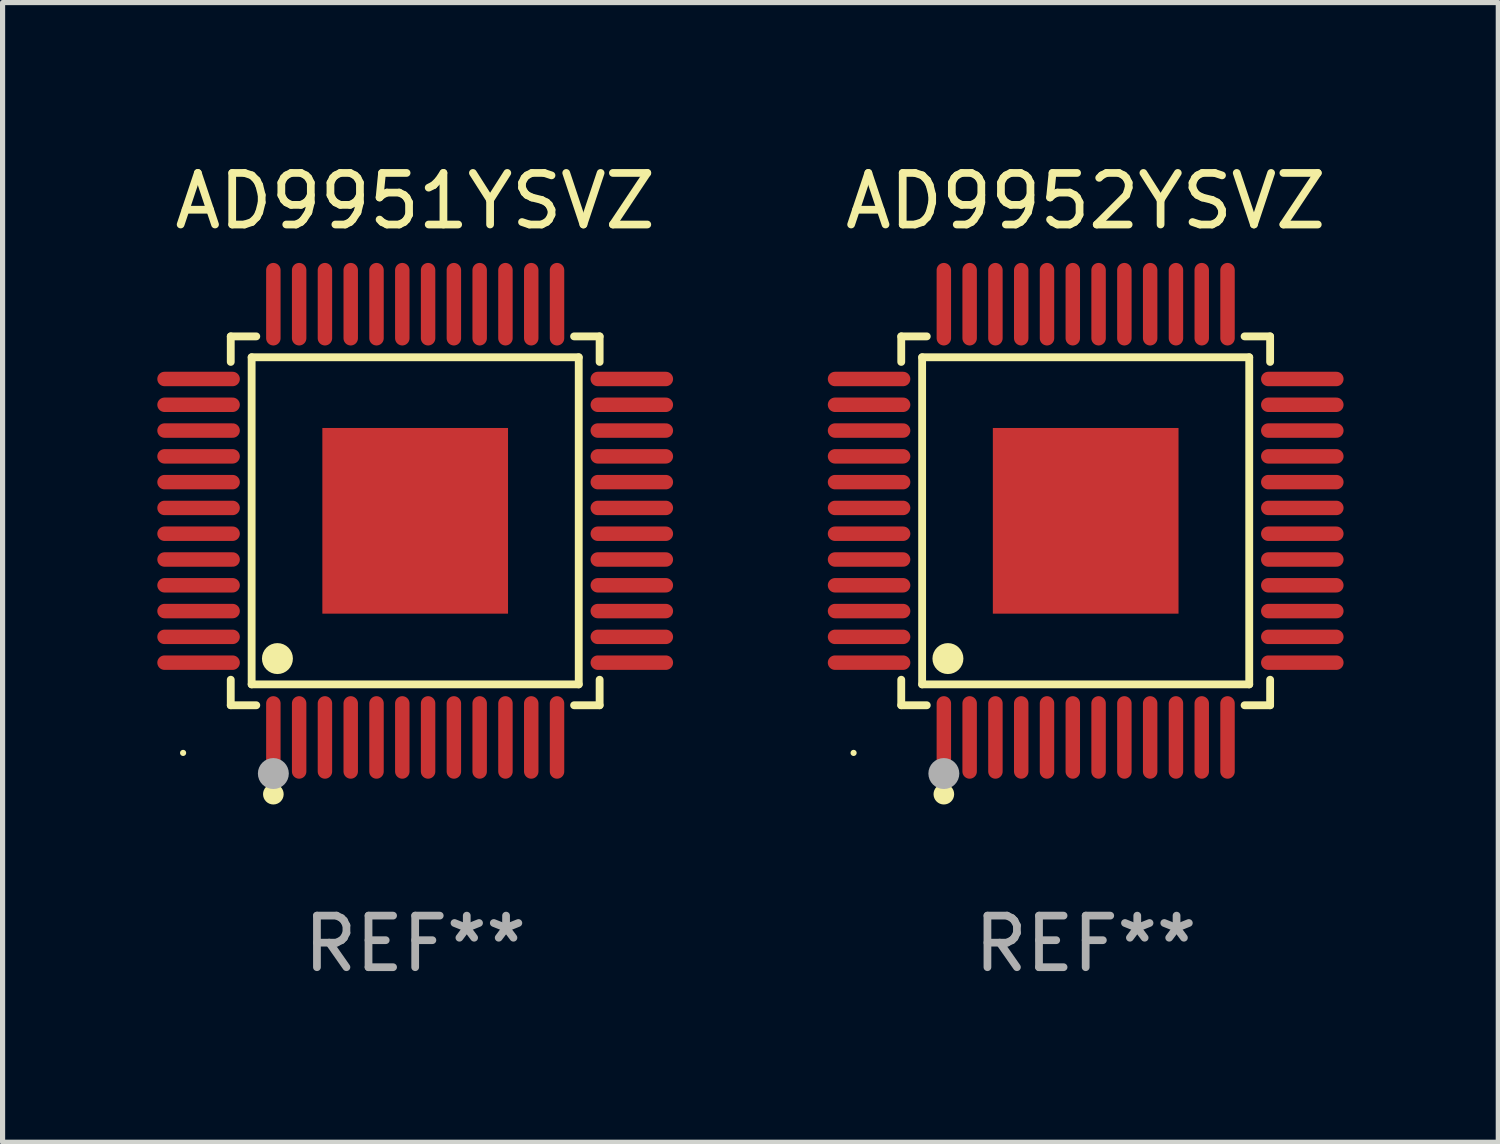
<source format=kicad_pcb>
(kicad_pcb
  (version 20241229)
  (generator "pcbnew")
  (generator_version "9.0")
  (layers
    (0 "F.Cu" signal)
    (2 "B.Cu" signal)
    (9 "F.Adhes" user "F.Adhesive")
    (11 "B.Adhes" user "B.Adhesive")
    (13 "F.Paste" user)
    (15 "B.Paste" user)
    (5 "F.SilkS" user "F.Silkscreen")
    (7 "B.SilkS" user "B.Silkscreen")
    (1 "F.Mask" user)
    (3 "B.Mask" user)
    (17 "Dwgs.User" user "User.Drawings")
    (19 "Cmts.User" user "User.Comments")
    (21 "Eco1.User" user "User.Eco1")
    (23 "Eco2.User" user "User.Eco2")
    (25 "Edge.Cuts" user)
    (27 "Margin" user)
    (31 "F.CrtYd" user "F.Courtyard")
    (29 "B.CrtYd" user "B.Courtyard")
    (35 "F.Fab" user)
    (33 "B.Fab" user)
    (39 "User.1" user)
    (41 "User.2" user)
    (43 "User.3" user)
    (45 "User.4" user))
  (footprint "AD9951YSVZ"
    (layer "F.Cu")
    (at 5 7.048)
    (property "Reference" "AD9951YSVZ" (at 0 -6.2 0) (layer "F.SilkS") (effects (font (size 1 1) (thickness 0.15))))
    (attr through_hole)
    (fp_line (start -3.576 -3.576) (end -3.081 -3.576) (stroke (width 0.152) (type solid)) (layer "F.SilkS"))
    (fp_line (start -3.576 -3.081) (end -3.576 -3.576) (stroke (width 0.152) (type solid)) (layer "F.SilkS"))
    (fp_line (start -3.576 3.081) (end -3.576 3.576) (stroke (width 0.152) (type solid)) (layer "F.SilkS"))
    (fp_line (start -3.576 3.576) (end -3.081 3.576) (stroke (width 0.152) (type solid)) (layer "F.SilkS"))
    (fp_line (start -3.171 -3.171) (end 3.171 -3.171) (stroke (width 0.152) (type solid)) (layer "F.SilkS"))
    (fp_line (start -3.171 3.171) (end -3.171 -3.171) (stroke (width 0.152) (type solid)) (layer "F.SilkS"))
    (fp_line (start 3.171 -3.171) (end 3.171 3.171) (stroke (width 0.152) (type solid)) (layer "F.SilkS"))
    (fp_line (start 3.171 3.171) (end -3.171 3.171) (stroke (width 0.152) (type solid)) (layer "F.SilkS"))
    (fp_line (start 3.576 -3.576) (end 3.081 -3.576) (stroke (width 0.152) (type solid)) (layer "F.SilkS"))
    (fp_line (start 3.576 -3.081) (end 3.576 -3.576) (stroke (width 0.152) (type solid)) (layer "F.SilkS"))
    (fp_line (start 3.576 3.081) (end 3.576 3.576) (stroke (width 0.152) (type solid)) (layer "F.SilkS"))
    (fp_line (start 3.576 3.576) (end 3.081 3.576) (stroke (width 0.152) (type solid)) (layer "F.SilkS"))
    (fp_circle (center -4.5 4.5) (end -4.47 4.5) (stroke (width 0.06) (type solid)) (fill no) (layer "F.SilkS"))
    (fp_circle (center -2.75 5.3) (end -2.65 5.3) (stroke (width 0.2) (type solid)) (fill no) (layer "F.SilkS"))
    (fp_circle (center -2.671 2.671) (end -2.521 2.671) (stroke (width 0.3) (type solid)) (fill no) (layer "F.SilkS"))
    (fp_circle (center -2.75 4.9) (end -2.6 4.9) (stroke (width 0.3) (type solid)) (fill no) (layer "F.Fab"))
    (fp_text user "REF**" (at 0 8.2 0) (layer "F.Fab") (effects (font (size 1 1) (thickness 0.15))))
    (pad "1" smd oval (at -2.75 4.2) (size 0.28 1.6) (layers "F.Cu" "F.Mask" "F.Paste"))
    (pad "2" smd oval (at -2.25 4.2) (size 0.28 1.6) (layers "F.Cu" "F.Mask" "F.Paste"))
    (pad "3" smd oval (at -1.75 4.2) (size 0.28 1.6) (layers "F.Cu" "F.Mask" "F.Paste"))
    (pad "4" smd oval (at -1.25 4.2) (size 0.28 1.6) (layers "F.Cu" "F.Mask" "F.Paste"))
    (pad "5" smd oval (at -0.75 4.2) (size 0.28 1.6) (layers "F.Cu" "F.Mask" "F.Paste"))
    (pad "6" smd oval (at -0.25 4.2) (size 0.28 1.6) (layers "F.Cu" "F.Mask" "F.Paste"))
    (pad "7" smd oval (at 0.25 4.2) (size 0.28 1.6) (layers "F.Cu" "F.Mask" "F.Paste"))
    (pad "8" smd oval (at 0.75 4.2) (size 0.28 1.6) (layers "F.Cu" "F.Mask" "F.Paste"))
    (pad "9" smd oval (at 1.25 4.2) (size 0.28 1.6) (layers "F.Cu" "F.Mask" "F.Paste"))
    (pad "10" smd oval (at 1.75 4.2) (size 0.28 1.6) (layers "F.Cu" "F.Mask" "F.Paste"))
    (pad "11" smd oval (at 2.25 4.2) (size 0.28 1.6) (layers "F.Cu" "F.Mask" "F.Paste"))
    (pad "12" smd oval (at 2.75 4.2) (size 0.28 1.6) (layers "F.Cu" "F.Mask" "F.Paste"))
    (pad "13" smd oval (at 4.2 2.75) (size 1.6 0.28) (layers "F.Cu" "F.Mask" "F.Paste"))
    (pad "14" smd oval (at 4.2 2.25) (size 1.6 0.28) (layers "F.Cu" "F.Mask" "F.Paste"))
    (pad "15" smd oval (at 4.2 1.75) (size 1.6 0.28) (layers "F.Cu" "F.Mask" "F.Paste"))
    (pad "16" smd oval (at 4.2 1.25) (size 1.6 0.28) (layers "F.Cu" "F.Mask" "F.Paste"))
    (pad "17" smd oval (at 4.2 0.75) (size 1.6 0.28) (layers "F.Cu" "F.Mask" "F.Paste"))
    (pad "18" smd oval (at 4.2 0.25) (size 1.6 0.28) (layers "F.Cu" "F.Mask" "F.Paste"))
    (pad "19" smd oval (at 4.2 -0.25) (size 1.6 0.28) (layers "F.Cu" "F.Mask" "F.Paste"))
    (pad "20" smd oval (at 4.2 -0.75) (size 1.6 0.28) (layers "F.Cu" "F.Mask" "F.Paste"))
    (pad "21" smd oval (at 4.2 -1.25) (size 1.6 0.28) (layers "F.Cu" "F.Mask" "F.Paste"))
    (pad "22" smd oval (at 4.2 -1.75) (size 1.6 0.28) (layers "F.Cu" "F.Mask" "F.Paste"))
    (pad "23" smd oval (at 4.2 -2.25) (size 1.6 0.28) (layers "F.Cu" "F.Mask" "F.Paste"))
    (pad "24" smd oval (at 4.2 -2.75) (size 1.6 0.28) (layers "F.Cu" "F.Mask" "F.Paste"))
    (pad "25" smd oval (at 2.75 -4.2) (size 0.28 1.6) (layers "F.Cu" "F.Mask" "F.Paste"))
    (pad "26" smd oval (at 2.25 -4.2) (size 0.28 1.6) (layers "F.Cu" "F.Mask" "F.Paste"))
    (pad "27" smd oval (at 1.75 -4.2) (size 0.28 1.6) (layers "F.Cu" "F.Mask" "F.Paste"))
    (pad "28" smd oval (at 1.25 -4.2) (size 0.28 1.6) (layers "F.Cu" "F.Mask" "F.Paste"))
    (pad "29" smd oval (at 0.75 -4.2) (size 0.28 1.6) (layers "F.Cu" "F.Mask" "F.Paste"))
    (pad "30" smd oval (at 0.25 -4.2) (size 0.28 1.6) (layers "F.Cu" "F.Mask" "F.Paste"))
    (pad "31" smd oval (at -0.25 -4.2) (size 0.28 1.6) (layers "F.Cu" "F.Mask" "F.Paste"))
    (pad "32" smd oval (at -0.75 -4.2) (size 0.28 1.6) (layers "F.Cu" "F.Mask" "F.Paste"))
    (pad "33" smd oval (at -1.25 -4.2) (size 0.28 1.6) (layers "F.Cu" "F.Mask" "F.Paste"))
    (pad "34" smd oval (at -1.75 -4.2) (size 0.28 1.6) (layers "F.Cu" "F.Mask" "F.Paste"))
    (pad "35" smd oval (at -2.25 -4.2) (size 0.28 1.6) (layers "F.Cu" "F.Mask" "F.Paste"))
    (pad "36" smd oval (at -2.75 -4.2) (size 0.28 1.6) (layers "F.Cu" "F.Mask" "F.Paste"))
    (pad "37" smd oval (at -4.2 -2.75) (size 1.6 0.28) (layers "F.Cu" "F.Mask" "F.Paste"))
    (pad "38" smd oval (at -4.2 -2.25) (size 1.6 0.28) (layers "F.Cu" "F.Mask" "F.Paste"))
    (pad "39" smd oval (at -4.2 -1.75) (size 1.6 0.28) (layers "F.Cu" "F.Mask" "F.Paste"))
    (pad "40" smd oval (at -4.2 -1.25) (size 1.6 0.28) (layers "F.Cu" "F.Mask" "F.Paste"))
    (pad "41" smd oval (at -4.2 -0.75) (size 1.6 0.28) (layers "F.Cu" "F.Mask" "F.Paste"))
    (pad "42" smd oval (at -4.2 -0.25) (size 1.6 0.28) (layers "F.Cu" "F.Mask" "F.Paste"))
    (pad "43" smd oval (at -4.2 0.25) (size 1.6 0.28) (layers "F.Cu" "F.Mask" "F.Paste"))
    (pad "44" smd oval (at -4.2 0.75) (size 1.6 0.28) (layers "F.Cu" "F.Mask" "F.Paste"))
    (pad "45" smd oval (at -4.2 1.25) (size 1.6 0.28) (layers "F.Cu" "F.Mask" "F.Paste"))
    (pad "46" smd oval (at -4.2 1.75) (size 1.6 0.28) (layers "F.Cu" "F.Mask" "F.Paste"))
    (pad "47" smd oval (at -4.2 2.25) (size 1.6 0.28) (layers "F.Cu" "F.Mask" "F.Paste"))
    (pad "48" smd oval (at -4.2 2.75) (size 1.6 0.28) (layers "F.Cu" "F.Mask" "F.Paste"))
    (pad "49" smd rect (at 0 0) (size 3.6 3.6) (layers "F.Cu" "F.Mask" "F.Paste")))
  (footprint "AD9952YSVZ"
    (layer "F.Cu")
    (at 18 7.048)
    (property "Reference" "AD9952YSVZ" (at 0 -6.2 0) (layer "F.SilkS") (effects (font (size 1 1) (thickness 0.15))))
    (attr through_hole)
    (fp_line (start -3.576 -3.576) (end -3.081 -3.576) (stroke (width 0.152) (type solid)) (layer "F.SilkS"))
    (fp_line (start -3.576 -3.081) (end -3.576 -3.576) (stroke (width 0.152) (type solid)) (layer "F.SilkS"))
    (fp_line (start -3.576 3.081) (end -3.576 3.576) (stroke (width 0.152) (type solid)) (layer "F.SilkS"))
    (fp_line (start -3.576 3.576) (end -3.081 3.576) (stroke (width 0.152) (type solid)) (layer "F.SilkS"))
    (fp_line (start -3.171 -3.171) (end 3.171 -3.171) (stroke (width 0.152) (type solid)) (layer "F.SilkS"))
    (fp_line (start -3.171 3.171) (end -3.171 -3.171) (stroke (width 0.152) (type solid)) (layer "F.SilkS"))
    (fp_line (start 3.171 -3.171) (end 3.171 3.171) (stroke (width 0.152) (type solid)) (layer "F.SilkS"))
    (fp_line (start 3.171 3.171) (end -3.171 3.171) (stroke (width 0.152) (type solid)) (layer "F.SilkS"))
    (fp_line (start 3.576 -3.576) (end 3.081 -3.576) (stroke (width 0.152) (type solid)) (layer "F.SilkS"))
    (fp_line (start 3.576 -3.081) (end 3.576 -3.576) (stroke (width 0.152) (type solid)) (layer "F.SilkS"))
    (fp_line (start 3.576 3.081) (end 3.576 3.576) (stroke (width 0.152) (type solid)) (layer "F.SilkS"))
    (fp_line (start 3.576 3.576) (end 3.081 3.576) (stroke (width 0.152) (type solid)) (layer "F.SilkS"))
    (fp_circle (center -4.5 4.5) (end -4.47 4.5) (stroke (width 0.06) (type solid)) (fill no) (layer "F.SilkS"))
    (fp_circle (center -2.75 5.3) (end -2.65 5.3) (stroke (width 0.2) (type solid)) (fill no) (layer "F.SilkS"))
    (fp_circle (center -2.671 2.671) (end -2.521 2.671) (stroke (width 0.3) (type solid)) (fill no) (layer "F.SilkS"))
    (fp_circle (center -2.75 4.9) (end -2.6 4.9) (stroke (width 0.3) (type solid)) (fill no) (layer "F.Fab"))
    (fp_text user "REF**" (at 0 8.2 0) (layer "F.Fab") (effects (font (size 1 1) (thickness 0.15))))
    (pad "1" smd oval (at -2.75 4.2) (size 0.28 1.6) (layers "F.Cu" "F.Mask" "F.Paste"))
    (pad "2" smd oval (at -2.25 4.2) (size 0.28 1.6) (layers "F.Cu" "F.Mask" "F.Paste"))
    (pad "3" smd oval (at -1.75 4.2) (size 0.28 1.6) (layers "F.Cu" "F.Mask" "F.Paste"))
    (pad "4" smd oval (at -1.25 4.2) (size 0.28 1.6) (layers "F.Cu" "F.Mask" "F.Paste"))
    (pad "5" smd oval (at -0.75 4.2) (size 0.28 1.6) (layers "F.Cu" "F.Mask" "F.Paste"))
    (pad "6" smd oval (at -0.25 4.2) (size 0.28 1.6) (layers "F.Cu" "F.Mask" "F.Paste"))
    (pad "7" smd oval (at 0.25 4.2) (size 0.28 1.6) (layers "F.Cu" "F.Mask" "F.Paste"))
    (pad "8" smd oval (at 0.75 4.2) (size 0.28 1.6) (layers "F.Cu" "F.Mask" "F.Paste"))
    (pad "9" smd oval (at 1.25 4.2) (size 0.28 1.6) (layers "F.Cu" "F.Mask" "F.Paste"))
    (pad "10" smd oval (at 1.75 4.2) (size 0.28 1.6) (layers "F.Cu" "F.Mask" "F.Paste"))
    (pad "11" smd oval (at 2.25 4.2) (size 0.28 1.6) (layers "F.Cu" "F.Mask" "F.Paste"))
    (pad "12" smd oval (at 2.75 4.2) (size 0.28 1.6) (layers "F.Cu" "F.Mask" "F.Paste"))
    (pad "13" smd oval (at 4.2 2.75) (size 1.6 0.28) (layers "F.Cu" "F.Mask" "F.Paste"))
    (pad "14" smd oval (at 4.2 2.25) (size 1.6 0.28) (layers "F.Cu" "F.Mask" "F.Paste"))
    (pad "15" smd oval (at 4.2 1.75) (size 1.6 0.28) (layers "F.Cu" "F.Mask" "F.Paste"))
    (pad "16" smd oval (at 4.2 1.25) (size 1.6 0.28) (layers "F.Cu" "F.Mask" "F.Paste"))
    (pad "17" smd oval (at 4.2 0.75) (size 1.6 0.28) (layers "F.Cu" "F.Mask" "F.Paste"))
    (pad "18" smd oval (at 4.2 0.25) (size 1.6 0.28) (layers "F.Cu" "F.Mask" "F.Paste"))
    (pad "19" smd oval (at 4.2 -0.25) (size 1.6 0.28) (layers "F.Cu" "F.Mask" "F.Paste"))
    (pad "20" smd oval (at 4.2 -0.75) (size 1.6 0.28) (layers "F.Cu" "F.Mask" "F.Paste"))
    (pad "21" smd oval (at 4.2 -1.25) (size 1.6 0.28) (layers "F.Cu" "F.Mask" "F.Paste"))
    (pad "22" smd oval (at 4.2 -1.75) (size 1.6 0.28) (layers "F.Cu" "F.Mask" "F.Paste"))
    (pad "23" smd oval (at 4.2 -2.25) (size 1.6 0.28) (layers "F.Cu" "F.Mask" "F.Paste"))
    (pad "24" smd oval (at 4.2 -2.75) (size 1.6 0.28) (layers "F.Cu" "F.Mask" "F.Paste"))
    (pad "25" smd oval (at 2.75 -4.2) (size 0.28 1.6) (layers "F.Cu" "F.Mask" "F.Paste"))
    (pad "26" smd oval (at 2.25 -4.2) (size 0.28 1.6) (layers "F.Cu" "F.Mask" "F.Paste"))
    (pad "27" smd oval (at 1.75 -4.2) (size 0.28 1.6) (layers "F.Cu" "F.Mask" "F.Paste"))
    (pad "28" smd oval (at 1.25 -4.2) (size 0.28 1.6) (layers "F.Cu" "F.Mask" "F.Paste"))
    (pad "29" smd oval (at 0.75 -4.2) (size 0.28 1.6) (layers "F.Cu" "F.Mask" "F.Paste"))
    (pad "30" smd oval (at 0.25 -4.2) (size 0.28 1.6) (layers "F.Cu" "F.Mask" "F.Paste"))
    (pad "31" smd oval (at -0.25 -4.2) (size 0.28 1.6) (layers "F.Cu" "F.Mask" "F.Paste"))
    (pad "32" smd oval (at -0.75 -4.2) (size 0.28 1.6) (layers "F.Cu" "F.Mask" "F.Paste"))
    (pad "33" smd oval (at -1.25 -4.2) (size 0.28 1.6) (layers "F.Cu" "F.Mask" "F.Paste"))
    (pad "34" smd oval (at -1.75 -4.2) (size 0.28 1.6) (layers "F.Cu" "F.Mask" "F.Paste"))
    (pad "35" smd oval (at -2.25 -4.2) (size 0.28 1.6) (layers "F.Cu" "F.Mask" "F.Paste"))
    (pad "36" smd oval (at -2.75 -4.2) (size 0.28 1.6) (layers "F.Cu" "F.Mask" "F.Paste"))
    (pad "37" smd oval (at -4.2 -2.75) (size 1.6 0.28) (layers "F.Cu" "F.Mask" "F.Paste"))
    (pad "38" smd oval (at -4.2 -2.25) (size 1.6 0.28) (layers "F.Cu" "F.Mask" "F.Paste"))
    (pad "39" smd oval (at -4.2 -1.75) (size 1.6 0.28) (layers "F.Cu" "F.Mask" "F.Paste"))
    (pad "40" smd oval (at -4.2 -1.25) (size 1.6 0.28) (layers "F.Cu" "F.Mask" "F.Paste"))
    (pad "41" smd oval (at -4.2 -0.75) (size 1.6 0.28) (layers "F.Cu" "F.Mask" "F.Paste"))
    (pad "42" smd oval (at -4.2 -0.25) (size 1.6 0.28) (layers "F.Cu" "F.Mask" "F.Paste"))
    (pad "43" smd oval (at -4.2 0.25) (size 1.6 0.28) (layers "F.Cu" "F.Mask" "F.Paste"))
    (pad "44" smd oval (at -4.2 0.75) (size 1.6 0.28) (layers "F.Cu" "F.Mask" "F.Paste"))
    (pad "45" smd oval (at -4.2 1.25) (size 1.6 0.28) (layers "F.Cu" "F.Mask" "F.Paste"))
    (pad "46" smd oval (at -4.2 1.75) (size 1.6 0.28) (layers "F.Cu" "F.Mask" "F.Paste"))
    (pad "47" smd oval (at -4.2 2.25) (size 1.6 0.28) (layers "F.Cu" "F.Mask" "F.Paste"))
    (pad "48" smd oval (at -4.2 2.75) (size 1.6 0.28) (layers "F.Cu" "F.Mask" "F.Paste"))
    (pad "49" smd rect (at 0 0) (size 3.6 3.6) (layers "F.Cu" "F.Mask" "F.Paste")))
  (gr_rect
    (start -3 -3)
    (end 26 19.096)
    (stroke (width 0.1) (type default))
    (fill no)
    (layer "Edge.Cuts")))
</source>
